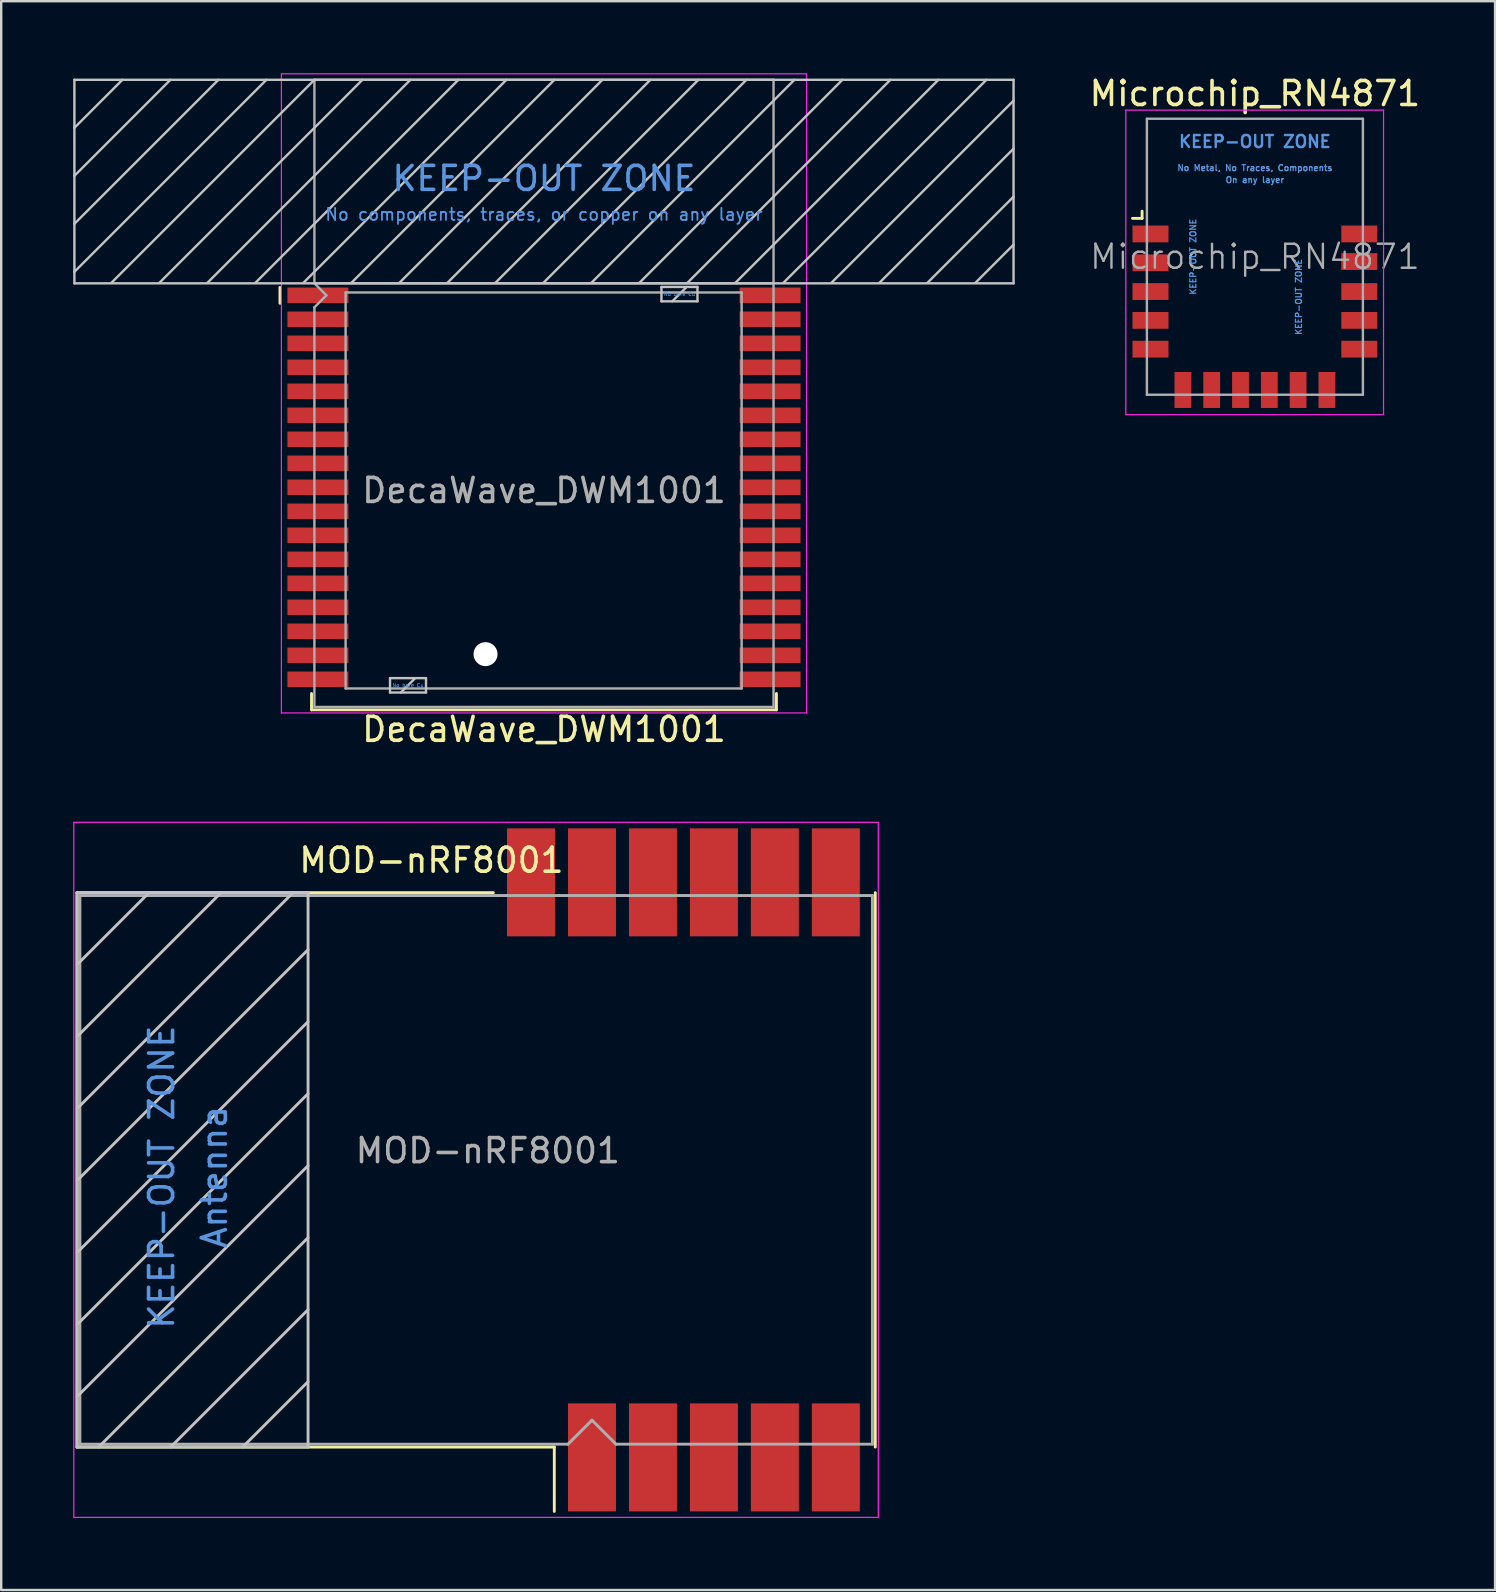
<source format=kicad_pcb>
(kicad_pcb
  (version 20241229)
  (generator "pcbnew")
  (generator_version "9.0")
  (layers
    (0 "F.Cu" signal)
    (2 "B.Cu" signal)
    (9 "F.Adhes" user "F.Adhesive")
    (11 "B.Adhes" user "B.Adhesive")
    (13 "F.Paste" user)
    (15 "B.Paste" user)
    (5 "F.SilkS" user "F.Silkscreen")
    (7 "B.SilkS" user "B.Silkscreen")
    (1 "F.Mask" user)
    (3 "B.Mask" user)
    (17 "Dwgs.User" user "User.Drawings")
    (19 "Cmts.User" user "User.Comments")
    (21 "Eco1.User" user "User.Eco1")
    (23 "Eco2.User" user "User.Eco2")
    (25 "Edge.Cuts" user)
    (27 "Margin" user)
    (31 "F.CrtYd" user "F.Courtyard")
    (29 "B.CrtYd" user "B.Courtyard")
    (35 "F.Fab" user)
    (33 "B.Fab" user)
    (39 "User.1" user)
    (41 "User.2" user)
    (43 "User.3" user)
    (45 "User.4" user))
  (footprint "Microchip_RN4871"
    (layer "F.Cu")
    (at 49.236 10.148)
    (property "Reference" "Microchip_RN4871" (at 0 -9.3 0) (layer "F.SilkS") (effects (font (size 1 1) (thickness 0.15))))
    (attr smd)
    (fp_line (start -5.1 -4.1) (end -4.7 -4.1) (stroke (width 0.12) (type solid)) (layer "F.SilkS"))
    (fp_line (start -4.7 -4.1) (end -4.7 -4.4) (stroke (width 0.12) (type solid)) (layer "F.SilkS"))
    (fp_line (start -5.38 4.08) (end -5.38 -8.61) (stroke (width 0.05) (type solid)) (layer "F.CrtYd"))
    (fp_line (start -5.38 4.08) (end 5.36 4.08) (stroke (width 0.05) (type solid)) (layer "F.CrtYd"))
    (fp_line (start 5.36 -8.61) (end -5.38 -8.61) (stroke (width 0.05) (type solid)) (layer "F.CrtYd"))
    (fp_line (start 5.36 4.08) (end 5.36 -8.61) (stroke (width 0.05) (type solid)) (layer "F.CrtYd"))
    (fp_line (start -4.5 -8.25) (end -4.5 3.25) (stroke (width 0.1) (type solid)) (layer "F.Fab"))
    (fp_line (start -4.5 3.25) (end 4.5 3.25) (stroke (width 0.1) (type solid)) (layer "F.Fab"))
    (fp_line (start 4.5 -8.25) (end -4.5 -8.25) (stroke (width 0.1) (type solid)) (layer "F.Fab"))
    (fp_line (start 4.5 3.25) (end 4.5 -8.25) (stroke (width 0.1) (type solid)) (layer "F.Fab"))
    (fp_text user "KEEP-OUT ZONE" (at 0 -7.3 0) (layer "Cmts.User") (effects (font (size 0.5 0.5) (thickness 0.1))))
    (fp_text user "KEEP-OUT ZONE" (at 1.825 -0.825 90) (layer "Cmts.User") (effects (font (size 0.25 0.25) (thickness 0.05))))
    (fp_text user "KEEP-OUT ZONE" (at -2.575 -2.5 90) (layer "Cmts.User") (effects (font (size 0.25 0.25) (thickness 0.05))))
    (fp_text user "On any layer" (at 0 -5.7 0) (layer "Cmts.User") (effects (font (size 0.25 0.25) (thickness 0.05))))
    (fp_text user "No Metal, No Traces, Components" (at 0 -6.2 0) (layer "Cmts.User") (effects (font (size 0.25 0.25) (thickness 0.05))))
    (fp_text user "${REFERENCE}" (at 0 -2.5 0) (layer "F.Fab") (effects (font (size 1 1) (thickness 0.1))))
    (pad "1" smd rect (at -4.35 -3.45 90) (size 0.7 1.5) (layers "F.Cu" "F.Mask" "F.Paste"))
    (pad "2" smd rect (at -4.35 -2.25 90) (size 0.7 1.5) (layers "F.Cu" "F.Mask" "F.Paste"))
    (pad "3" smd rect (at -4.35 -1.05 90) (size 0.7 1.5) (layers "F.Cu" "F.Mask" "F.Paste"))
    (pad "4" smd rect (at -4.35 0.15 90) (size 0.7 1.5) (layers "F.Cu" "F.Mask" "F.Paste"))
    (pad "5" smd rect (at -4.35 1.35 90) (size 0.7 1.5) (layers "F.Cu" "F.Mask" "F.Paste"))
    (pad "6" smd rect (at -3 3.05) (size 0.7 1.5) (layers "F.Cu" "F.Mask" "F.Paste"))
    (pad "7" smd rect (at -1.8 3.05) (size 0.7 1.5) (layers "F.Cu" "F.Mask" "F.Paste"))
    (pad "8" smd rect (at -0.6 3.05) (size 0.7 1.5) (layers "F.Cu" "F.Mask" "F.Paste"))
    (pad "9" smd rect (at 0.6 3.05) (size 0.7 1.5) (layers "F.Cu" "F.Mask" "F.Paste"))
    (pad "10" smd rect (at 1.8 3.05) (size 0.7 1.5) (layers "F.Cu" "F.Mask" "F.Paste"))
    (pad "11" smd rect (at 3 3.05) (size 0.7 1.5) (layers "F.Cu" "F.Mask" "F.Paste"))
    (pad "12" smd rect (at 4.35 1.35 90) (size 0.7 1.5) (layers "F.Cu" "F.Mask" "F.Paste"))
    (pad "13" smd rect (at 4.35 0.15 90) (size 0.7 1.5) (layers "F.Cu" "F.Mask" "F.Paste"))
    (pad "14" smd rect (at 4.35 -1.05 90) (size 0.7 1.5) (layers "F.Cu" "F.Mask" "F.Paste"))
    (pad "15" smd rect (at 4.35 -2.3 90) (size 0.7 1.5) (layers "F.Cu" "F.Mask" "F.Paste"))
    (pad "16" smd rect (at 4.35 -3.45 90) (size 0.7 1.5) (layers "F.Cu" "F.Mask" "F.Paste"))
    (zone (net_name "") (layer "F.Cu") (hatch full 0.508) (connect_pads) (min_thickness 0.254) (filled_areas_thickness no) (keepout (tracks not_allowed) (vias not_allowed) (pads not_allowed) (copperpour not_allowed) (footprints not_allowed)) (placement (enabled no)) (fill) (polygon (pts (xy 47.636 9.398) (xy 45.736 9.398) (xy 45.736 5.898) (xy 47.636 5.898))))
    (zone (net_name "") (layer "F.Cu") (hatch full 0.508) (connect_pads) (min_thickness 0.254) (filled_areas_thickness no) (keepout (tracks not_allowed) (vias not_allowed) (pads not_allowed) (copperpour not_allowed) (footprints not_allowed)) (placement (enabled no)) (fill) (polygon (pts (xy 49.036 11.848) (xy 52.736 11.848) (xy 52.736 6.398) (xy 49.036 6.398))))
    (zone (net_name "") (layers "F.Cu" "B.Cu") (hatch full 0.508) (connect_pads) (min_thickness 0.254) (filled_areas_thickness no) (keepout (tracks not_allowed) (vias not_allowed) (pads not_allowed) (copperpour not_allowed) (footprints not_allowed)) (placement (enabled no)) (fill) (polygon (pts (xy 44.736 5.898) (xy 53.736 5.898) (xy 53.736 1.898) (xy 44.736 1.898)))))
  (footprint "MOD-nRF8001"
    (layer "F.Cu")
    (at 16.785 45.693)
    (property "Reference" "MOD-nRF8001" (at -1.86 -12.9 0) (layer "F.SilkS") (effects (font (size 1 1) (thickness 0.15))))
    (attr smd)
    (fp_line (start -16.626 -11.55) (end 0.72 -11.55) (stroke (width 0.12) (type solid)) (layer "F.SilkS"))
    (fp_line (start -16.626 11.55) (end -16.626 -11.55) (stroke (width 0.12) (type solid)) (layer "F.SilkS"))
    (fp_line (start 3.26 11.55) (end -16.626 11.55) (stroke (width 0.12) (type solid)) (layer "F.SilkS"))
    (fp_line (start 3.26 11.55) (end 3.26 14.23) (stroke (width 0.12) (type solid)) (layer "F.SilkS"))
    (fp_line (start 16.634 -11.55) (end 16.634 11.55) (stroke (width 0.12) (type solid)) (layer "F.SilkS"))
    (fp_line (start -16.626 -11.55) (end -7 -11.55) (stroke (width 0.12) (type solid)) (layer "Dwgs.User"))
    (fp_line (start -16.626 -8.55) (end -13.626 -11.55) (stroke (width 0.12) (type solid)) (layer "Dwgs.User"))
    (fp_line (start -16.626 -5.55) (end -10.626 -11.55) (stroke (width 0.12) (type solid)) (layer "Dwgs.User"))
    (fp_line (start -16.626 -2.55) (end -7.626 -11.55) (stroke (width 0.12) (type solid)) (layer "Dwgs.User"))
    (fp_line (start -16.626 0.45) (end -7 -9.176) (stroke (width 0.12) (type solid)) (layer "Dwgs.User"))
    (fp_line (start -16.626 3.45) (end -7 -6.176) (stroke (width 0.12) (type solid)) (layer "Dwgs.User"))
    (fp_line (start -16.626 6.45) (end -7 -3.176) (stroke (width 0.12) (type solid)) (layer "Dwgs.User"))
    (fp_line (start -16.626 9.45) (end -7 -0.176) (stroke (width 0.12) (type solid)) (layer "Dwgs.User"))
    (fp_line (start -16.626 11.55) (end -16.626 -11.55) (stroke (width 0.12) (type solid)) (layer "Dwgs.User"))
    (fp_line (start -15.726 11.55) (end -7 2.824) (stroke (width 0.12) (type solid)) (layer "Dwgs.User"))
    (fp_line (start -12.726 11.55) (end -7 5.824) (stroke (width 0.12) (type solid)) (layer "Dwgs.User"))
    (fp_line (start -9.726 11.55) (end -7 8.824) (stroke (width 0.12) (type solid)) (layer "Dwgs.User"))
    (fp_line (start -7 -11.55) (end -7 11.55) (stroke (width 0.12) (type solid)) (layer "Dwgs.User"))
    (fp_line (start -7 11.55) (end -16.626 11.55) (stroke (width 0.12) (type solid)) (layer "Dwgs.User"))
    (fp_line (start -16.76 -14.48) (end 16.76 -14.48) (stroke (width 0.05) (type solid)) (layer "F.CrtYd"))
    (fp_line (start -16.76 14.48) (end -16.76 -14.48) (stroke (width 0.05) (type solid)) (layer "F.CrtYd"))
    (fp_line (start 16.76 -14.48) (end 16.76 14.48) (stroke (width 0.05) (type solid)) (layer "F.CrtYd"))
    (fp_line (start 16.76 14.48) (end -16.76 14.48) (stroke (width 0.05) (type solid)) (layer "F.CrtYd"))
    (fp_line (start -16.506 -11.43) (end 16.514 -11.43) (stroke (width 0.12) (type solid)) (layer "F.Fab"))
    (fp_line (start -16.506 11.43) (end -16.506 -11.43) (stroke (width 0.12) (type solid)) (layer "F.Fab"))
    (fp_line (start 3.83 11.43) (end -16.506 11.43) (stroke (width 0.12) (type solid)) (layer "F.Fab"))
    (fp_line (start 4.83 10.43) (end 3.83 11.43) (stroke (width 0.12) (type solid)) (layer "F.Fab"))
    (fp_line (start 5.83 11.43) (end 4.83 10.43) (stroke (width 0.12) (type solid)) (layer "F.Fab"))
    (fp_line (start 16.514 -11.43) (end 16.514 11.43) (stroke (width 0.12) (type solid)) (layer "F.Fab"))
    (fp_line (start 16.514 11.43) (end 5.83 11.43) (stroke (width 0.12) (type solid)) (layer "F.Fab"))
    (fp_text user "Antenna" (at -10.9 0.3 90) (layer "Cmts.User") (effects (font (size 1 1) (thickness 0.15))))
    (fp_text user "KEEP-OUT ZONE" (at -13.1 0.3 90) (layer "Cmts.User") (effects (font (size 1 1) (thickness 0.15))))
    (fp_text user "${REFERENCE}" (at 0.49 -0.8 0) (layer "F.Fab") (effects (font (size 1 1) (thickness 0.15))))
    (pad "1" smd rect (at 4.83 11.98) (size 2 4.5) (layers "F.Cu" "F.Mask" "F.Paste"))
    (pad "2" smd rect (at 7.37 11.98) (size 2 4.5) (layers "F.Cu" "F.Mask" "F.Paste"))
    (pad "3" smd rect (at 9.91 11.98) (size 2 4.5) (layers "F.Cu" "F.Mask" "F.Paste"))
    (pad "4" smd rect (at 12.45 11.98) (size 2 4.5) (layers "F.Cu" "F.Mask" "F.Paste"))
    (pad "5" smd rect (at 14.99 11.98) (size 2 4.5) (layers "F.Cu" "F.Mask" "F.Paste"))
    (pad "6" smd rect (at 14.99 -11.98) (size 2 4.5) (layers "F.Cu" "F.Mask" "F.Paste"))
    (pad "7" smd rect (at 12.45 -11.98) (size 2 4.5) (layers "F.Cu" "F.Mask" "F.Paste"))
    (pad "8" smd rect (at 9.91 -11.98) (size 2 4.5) (layers "F.Cu" "F.Mask" "F.Paste"))
    (pad "9" smd rect (at 7.37 -11.98) (size 2 4.5) (layers "F.Cu" "F.Mask" "F.Paste"))
    (pad "10" smd rect (at 4.83 -11.98) (size 2 4.5) (layers "F.Cu" "F.Mask" "F.Paste"))
    (pad "11" smd rect (at 2.29 -11.98) (size 2 4.5) (layers "F.Cu" "F.Mask" "F.Paste")))
  (footprint "DecaWave_DWM1001"
    (layer "F.Cu")
    (at 19.615 17.385)
    (property "Reference" "DecaWave_DWM1001" (at 0 9.955 0) (layer "F.SilkS") (effects (font (size 1 1) (thickness 0.15))))
    (attr smd)
    (fp_line (start -11 -7.8) (end -11 -8.46) (stroke (width 0.12) (type solid)) (layer "F.SilkS"))
    (fp_line (start -9.685 8.46) (end -9.685 9.14) (stroke (width 0.12) (type solid)) (layer "F.SilkS"))
    (fp_line (start 9.685 8.46) (end 9.685 9.14) (stroke (width 0.12) (type solid)) (layer "F.SilkS"))
    (fp_line (start 9.685 9.14) (end -9.685 9.14) (stroke (width 0.12) (type solid)) (layer "F.SilkS"))
    (fp_line (start -19.565 -15.11) (end -17.565 -17.11) (stroke (width 0.1) (type solid)) (layer "Dwgs.User"))
    (fp_line (start -19.565 -13.11) (end -15.565 -17.11) (stroke (width 0.1) (type solid)) (layer "Dwgs.User"))
    (fp_line (start -19.565 -11.11) (end -13.565 -17.11) (stroke (width 0.1) (type solid)) (layer "Dwgs.User"))
    (fp_line (start -19.565 -9.11) (end -11.565 -17.11) (stroke (width 0.1) (type solid)) (layer "Dwgs.User"))
    (fp_line (start -19.565 -8.63) (end -19.565 -17.11) (stroke (width 0.1) (type solid)) (layer "Dwgs.User"))
    (fp_line (start -18.025 -8.65) (end -9.565 -17.11) (stroke (width 0.1) (type solid)) (layer "Dwgs.User"))
    (fp_line (start -16.025 -8.65) (end -7.565 -17.11) (stroke (width 0.1) (type solid)) (layer "Dwgs.User"))
    (fp_line (start -14.025 -8.65) (end -5.565 -17.11) (stroke (width 0.1) (type solid)) (layer "Dwgs.User"))
    (fp_line (start -12.025 -8.65) (end -3.565 -17.11) (stroke (width 0.1) (type solid)) (layer "Dwgs.User"))
    (fp_line (start -10.025 -8.65) (end -1.565 -17.11) (stroke (width 0.1) (type solid)) (layer "Dwgs.User"))
    (fp_line (start -8.025 -8.65) (end 0.435 -17.11) (stroke (width 0.1) (type solid)) (layer "Dwgs.User"))
    (fp_line (start -6.415 8.42) (end -6.415 7.82) (stroke (width 0.1) (type solid)) (layer "Dwgs.User"))
    (fp_line (start -6.025 -8.65) (end 2.435 -17.11) (stroke (width 0.1) (type solid)) (layer "Dwgs.User"))
    (fp_line (start -5.965 8.42) (end -5.365 7.82) (stroke (width 0.1) (type solid)) (layer "Dwgs.User"))
    (fp_line (start -4.915 7.82) (end -6.415 7.82) (stroke (width 0.1) (type solid)) (layer "Dwgs.User"))
    (fp_line (start -4.915 8.42) (end -6.415 8.42) (stroke (width 0.1) (type solid)) (layer "Dwgs.User"))
    (fp_line (start -4.915 8.42) (end -4.915 7.82) (stroke (width 0.1) (type solid)) (layer "Dwgs.User"))
    (fp_line (start -4.025 -8.65) (end 4.435 -17.11) (stroke (width 0.1) (type solid)) (layer "Dwgs.User"))
    (fp_line (start -2.025 -8.65) (end 6.435 -17.11) (stroke (width 0.1) (type solid)) (layer "Dwgs.User"))
    (fp_line (start -0.025 -8.65) (end 8.435 -17.11) (stroke (width 0.1) (type solid)) (layer "Dwgs.User"))
    (fp_line (start 1.975 -8.65) (end 10.435 -17.11) (stroke (width 0.1) (type solid)) (layer "Dwgs.User"))
    (fp_line (start 3.975 -8.65) (end 12.435 -17.11) (stroke (width 0.1) (type solid)) (layer "Dwgs.User"))
    (fp_line (start 4.895 -7.88) (end 4.895 -8.48) (stroke (width 0.1) (type solid)) (layer "Dwgs.User"))
    (fp_line (start 5.345 -7.88) (end 5.945 -8.48) (stroke (width 0.1) (type solid)) (layer "Dwgs.User"))
    (fp_line (start 5.975 -8.65) (end 14.435 -17.11) (stroke (width 0.1) (type solid)) (layer "Dwgs.User"))
    (fp_line (start 6.395 -8.48) (end 4.895 -8.48) (stroke (width 0.1) (type solid)) (layer "Dwgs.User"))
    (fp_line (start 6.395 -7.88) (end 4.895 -7.88) (stroke (width 0.1) (type solid)) (layer "Dwgs.User"))
    (fp_line (start 6.395 -7.88) (end 6.395 -8.48) (stroke (width 0.1) (type solid)) (layer "Dwgs.User"))
    (fp_line (start 7.975 -8.65) (end 16.435 -17.11) (stroke (width 0.1) (type solid)) (layer "Dwgs.User"))
    (fp_line (start 9.975 -8.65) (end 18.435 -17.11) (stroke (width 0.1) (type solid)) (layer "Dwgs.User"))
    (fp_line (start 11.975 -8.65) (end 19.565 -16.24) (stroke (width 0.1) (type solid)) (layer "Dwgs.User"))
    (fp_line (start 13.975 -8.65) (end 19.565 -14.24) (stroke (width 0.1) (type solid)) (layer "Dwgs.User"))
    (fp_line (start 15.975 -8.65) (end 19.565 -12.24) (stroke (width 0.1) (type solid)) (layer "Dwgs.User"))
    (fp_line (start 17.975 -8.65) (end 19.565 -10.24) (stroke (width 0.1) (type solid)) (layer "Dwgs.User"))
    (fp_line (start 19.565 -17.11) (end -19.565 -17.11) (stroke (width 0.1) (type solid)) (layer "Dwgs.User"))
    (fp_line (start 19.565 -8.63) (end -19.565 -8.63) (stroke (width 0.1) (type solid)) (layer "Dwgs.User"))
    (fp_line (start 19.565 -8.63) (end 19.565 -17.11) (stroke (width 0.1) (type solid)) (layer "Dwgs.User"))
    (fp_line (start -10.94 -17.36) (end -10.94 9.27) (stroke (width 0.05) (type solid)) (layer "F.CrtYd"))
    (fp_line (start -10.94 -17.36) (end 10.94 -17.36) (stroke (width 0.05) (type solid)) (layer "F.CrtYd"))
    (fp_line (start -10.94 9.27) (end 10.94 9.27) (stroke (width 0.05) (type solid)) (layer "F.CrtYd"))
    (fp_line (start 10.94 -17.36) (end 10.94 9.27) (stroke (width 0.05) (type solid)) (layer "F.CrtYd"))
    (fp_line (start -9.565 -8.63) (end -9.565 -17.11) (stroke (width 0.1) (type solid)) (layer "F.Fab"))
    (fp_line (start -9.565 -8.63) (end -9.065 -8.13) (stroke (width 0.1) (type solid)) (layer "F.Fab"))
    (fp_line (start -9.565 9.02) (end -9.565 -7.63) (stroke (width 0.1) (type solid)) (layer "F.Fab"))
    (fp_line (start -9.065 -8.13) (end -9.565 -7.63) (stroke (width 0.1) (type solid)) (layer "F.Fab"))
    (fp_line (start -8.265 -8.25) (end -8.265 8.25) (stroke (width 0.1) (type solid)) (layer "F.Fab"))
    (fp_line (start -8.265 -8.25) (end 8.235 -8.25) (stroke (width 0.1) (type solid)) (layer "F.Fab"))
    (fp_line (start -8.265 8.25) (end 8.235 8.25) (stroke (width 0.1) (type solid)) (layer "F.Fab"))
    (fp_line (start 8.235 -8.25) (end 8.235 8.25) (stroke (width 0.1) (type solid)) (layer "F.Fab"))
    (fp_line (start 9.565 -17.11) (end -9.565 -17.11) (stroke (width 0.1) (type solid)) (layer "F.Fab"))
    (fp_line (start 9.565 -8.63) (end -9.565 -8.63) (stroke (width 0.1) (type solid)) (layer "F.Fab"))
    (fp_line (start 9.565 9.02) (end -9.565 9.02) (stroke (width 0.1) (type solid)) (layer "F.Fab"))
    (fp_line (start 9.565 9.02) (end 9.565 -17.11) (stroke (width 0.1) (type solid)) (layer "F.Fab"))
    (fp_text user "KEEP-OUT ZONE" (at 0 -13 0) (layer "Cmts.User") (effects (font (size 1 1) (thickness 0.15))))
    (fp_text user "No bare Cu" (at 5.645 -8.18 0) (layer "Cmts.User") (effects (font (size 0.15 0.15) (thickness 0.022))))
    (fp_text user "No bare Cu" (at -5.665 8.12 0) (layer "Cmts.User") (effects (font (size 0.15 0.15) (thickness 0.022))))
    (fp_text user "No components, traces, or copper on any layer" (at 0 -11.5 0) (layer "Cmts.User") (effects (font (size 0.5 0.5) (thickness 0.075))))
    (fp_text user "${REFERENCE}" (at 0 0 0) (layer "F.Fab") (effects (font (size 1 1) (thickness 0.15))))
    (pad "" np_thru_hole circle (at -2.435 6.82) (size 1 1) (drill 1) (layers "*.Cu" "*.Mask"))
    (pad "1" smd rect (at -9.42 -8.13) (size 2.54 0.65) (layers "F.Cu" "F.Mask" "F.Paste"))
    (pad "2" smd rect (at -9.42 -7.13) (size 2.54 0.65) (layers "F.Cu" "F.Mask" "F.Paste"))
    (pad "3" smd rect (at -9.42 -6.13) (size 2.54 0.65) (layers "F.Cu" "F.Mask" "F.Paste"))
    (pad "4" smd rect (at -9.42 -5.13) (size 2.54 0.65) (layers "F.Cu" "F.Mask" "F.Paste"))
    (pad "5" smd rect (at -9.42 -4.13) (size 2.54 0.65) (layers "F.Cu" "F.Mask" "F.Paste"))
    (pad "6" smd rect (at -9.42 -3.13) (size 2.54 0.65) (layers "F.Cu" "F.Mask" "F.Paste"))
    (pad "7" smd rect (at -9.42 -2.13) (size 2.54 0.65) (layers "F.Cu" "F.Mask" "F.Paste"))
    (pad "8" smd rect (at -9.42 -1.13) (size 2.54 0.65) (layers "F.Cu" "F.Mask" "F.Paste"))
    (pad "9" smd rect (at -9.42 -0.13) (size 2.54 0.65) (layers "F.Cu" "F.Mask" "F.Paste"))
    (pad "10" smd rect (at -9.42 0.87) (size 2.54 0.65) (layers "F.Cu" "F.Mask" "F.Paste"))
    (pad "11" smd rect (at -9.42 1.87) (size 2.54 0.65) (layers "F.Cu" "F.Mask" "F.Paste"))
    (pad "12" smd rect (at -9.42 2.87) (size 2.54 0.65) (layers "F.Cu" "F.Mask" "F.Paste"))
    (pad "13" smd rect (at -9.42 3.87) (size 2.54 0.65) (layers "F.Cu" "F.Mask" "F.Paste"))
    (pad "14" smd rect (at -9.42 4.87) (size 2.54 0.65) (layers "F.Cu" "F.Mask" "F.Paste"))
    (pad "15" smd rect (at -9.42 5.87) (size 2.54 0.65) (layers "F.Cu" "F.Mask" "F.Paste"))
    (pad "16" smd rect (at -9.42 6.87) (size 2.54 0.65) (layers "F.Cu" "F.Mask" "F.Paste"))
    (pad "17" smd rect (at -9.42 7.87) (size 2.54 0.65) (layers "F.Cu" "F.Mask" "F.Paste"))
    (pad "18" smd rect (at 9.42 7.87) (size 2.54 0.65) (layers "F.Cu" "F.Mask" "F.Paste"))
    (pad "19" smd rect (at 9.42 6.87) (size 2.54 0.65) (layers "F.Cu" "F.Mask" "F.Paste"))
    (pad "20" smd rect (at 9.42 5.87) (size 2.54 0.65) (layers "F.Cu" "F.Mask" "F.Paste"))
    (pad "21" smd rect (at 9.42 4.87) (size 2.54 0.65) (layers "F.Cu" "F.Mask" "F.Paste"))
    (pad "22" smd rect (at 9.42 3.87) (size 2.54 0.65) (layers "F.Cu" "F.Mask" "F.Paste"))
    (pad "23" smd rect (at 9.42 2.87) (size 2.54 0.65) (layers "F.Cu" "F.Mask" "F.Paste"))
    (pad "24" smd rect (at 9.42 1.87) (size 2.54 0.65) (layers "F.Cu" "F.Mask" "F.Paste"))
    (pad "25" smd rect (at 9.42 0.87) (size 2.54 0.65) (layers "F.Cu" "F.Mask" "F.Paste"))
    (pad "26" smd rect (at 9.42 -0.13) (size 2.54 0.65) (layers "F.Cu" "F.Mask" "F.Paste"))
    (pad "27" smd rect (at 9.42 -1.13) (size 2.54 0.65) (layers "F.Cu" "F.Mask" "F.Paste"))
    (pad "28" smd rect (at 9.42 -2.13) (size 2.54 0.65) (layers "F.Cu" "F.Mask" "F.Paste"))
    (pad "29" smd rect (at 9.42 -3.13) (size 2.54 0.65) (layers "F.Cu" "F.Mask" "F.Paste"))
    (pad "30" smd rect (at 9.42 -4.13) (size 2.54 0.65) (layers "F.Cu" "F.Mask" "F.Paste"))
    (pad "31" smd rect (at 9.42 -5.13) (size 2.54 0.65) (layers "F.Cu" "F.Mask" "F.Paste"))
    (pad "32" smd rect (at 9.42 -6.13) (size 2.54 0.65) (layers "F.Cu" "F.Mask" "F.Paste"))
    (pad "33" smd rect (at 9.42 -7.13) (size 2.54 0.65) (layers "F.Cu" "F.Mask" "F.Paste"))
    (pad "34" smd rect (at 9.42 -8.13) (size 2.54 0.65) (layers "F.Cu" "F.Mask" "F.Paste")))
  (gr_rect
    (start -3 -3)
    (end 59.242 63.198)
    (stroke (width 0.1) (type default))
    (fill no)
    (layer "Edge.Cuts")))
</source>
